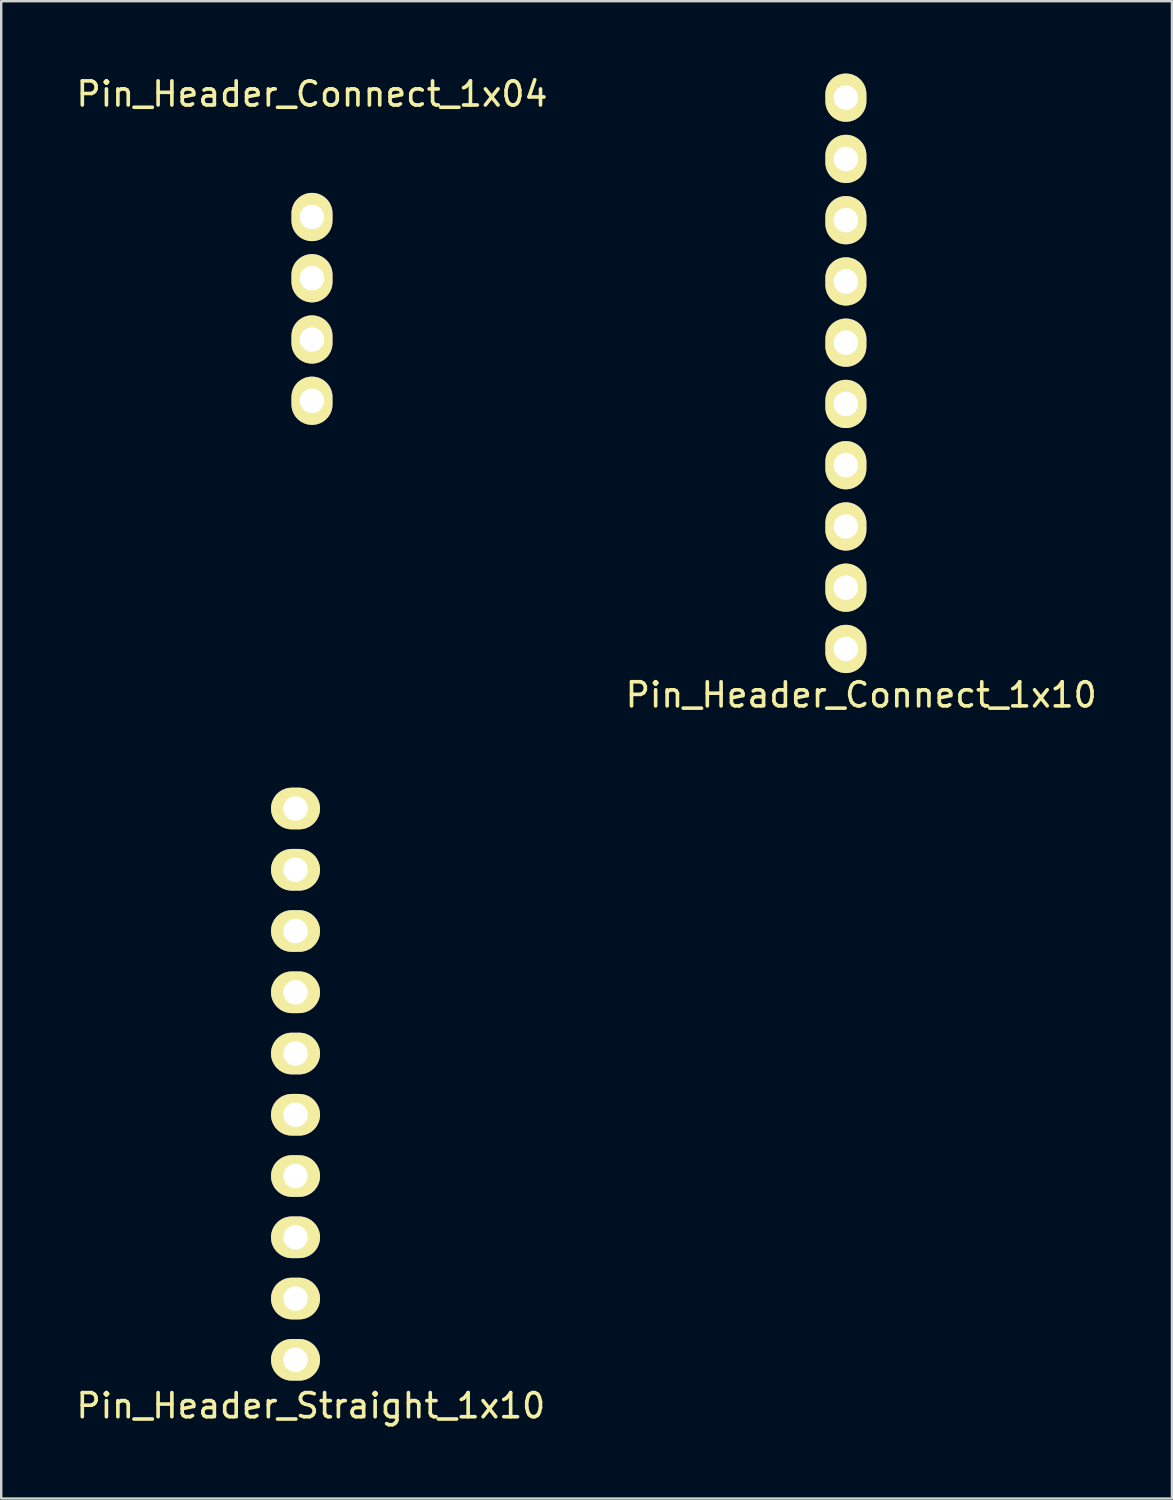
<source format=kicad_pcb>
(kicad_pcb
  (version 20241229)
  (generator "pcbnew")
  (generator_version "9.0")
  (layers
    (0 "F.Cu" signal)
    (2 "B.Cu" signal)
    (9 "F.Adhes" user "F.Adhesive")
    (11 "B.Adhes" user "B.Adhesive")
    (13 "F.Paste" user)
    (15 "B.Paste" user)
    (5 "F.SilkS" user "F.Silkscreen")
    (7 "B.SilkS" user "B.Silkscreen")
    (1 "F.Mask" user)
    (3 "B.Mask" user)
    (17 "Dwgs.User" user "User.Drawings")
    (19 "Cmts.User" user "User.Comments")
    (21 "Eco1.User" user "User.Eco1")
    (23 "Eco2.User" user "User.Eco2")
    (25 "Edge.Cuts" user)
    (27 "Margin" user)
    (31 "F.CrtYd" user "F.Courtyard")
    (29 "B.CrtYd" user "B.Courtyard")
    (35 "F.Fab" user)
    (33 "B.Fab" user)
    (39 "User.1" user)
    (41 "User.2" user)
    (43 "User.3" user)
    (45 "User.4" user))
  (footprint "Pin_Header_Straight_1x10"
    (layer "F.Cu")
    (at 9.204 30.477)
    (property "Reference" "Pin_Header_Straight_1x10" (at 0.635 24.765 0) (layer "F.SilkS") (effects (font (size 1 1) (thickness 0.15))))
    (attr through_hole)
    (pad "1" thru_hole oval (at 0 0) (size 2.032 1.727) (drill 1.016) (layers "*.Cu" "*.Mask" "F.SilkS"))
    (pad "2" thru_hole oval (at 0 2.54) (size 2.032 1.727) (drill 1.016) (layers "*.Cu" "*.Mask" "F.SilkS"))
    (pad "3" thru_hole oval (at 0 5.08) (size 2.032 1.727) (drill 1.016) (layers "*.Cu" "*.Mask" "F.SilkS"))
    (pad "4" thru_hole oval (at 0 7.62) (size 2.032 1.727) (drill 1.016) (layers "*.Cu" "*.Mask" "F.SilkS"))
    (pad "5" thru_hole oval (at 0 10.16) (size 2.032 1.727) (drill 1.016) (layers "*.Cu" "*.Mask" "F.SilkS"))
    (pad "6" thru_hole oval (at 0 12.7) (size 2.032 1.727) (drill 1.016) (layers "*.Cu" "*.Mask" "F.SilkS"))
    (pad "7" thru_hole oval (at 0 15.24) (size 2.032 1.727) (drill 1.016) (layers "*.Cu" "*.Mask" "F.SilkS"))
    (pad "8" thru_hole oval (at 0 17.78) (size 2.032 1.727) (drill 1.016) (layers "*.Cu" "*.Mask" "F.SilkS"))
    (pad "9" thru_hole oval (at 0 20.32) (size 2.032 1.727) (drill 1.016) (layers "*.Cu" "*.Mask" "F.SilkS"))
    (pad "10" thru_hole oval (at 0 22.86) (size 2.032 1.727) (drill 1.016) (layers "*.Cu" "*.Mask" "F.SilkS")))
  (footprint "Pin_Header_Connect_1x04"
    (layer "F.Cu")
    (at 9.887 5.948)
    (property "Reference" "Pin_Header_Connect_1x04" (at 0 -5.1 0) (layer "F.SilkS") (effects (font (size 1 1) (thickness 0.15))))
    (attr through_hole)
    (pad "1" thru_hole oval (at 0 0) (size 1.7 2) (drill 1.016) (layers "*.Cu" "*.Mask" "F.SilkS"))
    (pad "2" thru_hole oval (at 0 2.54) (size 1.7 2) (drill 1.016) (layers "*.Cu" "*.Mask" "F.SilkS"))
    (pad "3" thru_hole oval (at 0 5.08) (size 1.7 2) (drill 1.016) (layers "*.Cu" "*.Mask" "F.SilkS"))
    (pad "4" thru_hole oval (at 0 7.62) (size 1.7 2) (drill 1.016) (layers "*.Cu" "*.Mask" "F.SilkS")))
  (footprint "Pin_Header_Connect_1x10"
    (layer "F.Cu")
    (at 32.026 1)
    (property "Reference" "Pin_Header_Connect_1x10" (at 0.635 24.765 0) (layer "F.SilkS") (effects (font (size 1 1) (thickness 0.15))))
    (attr through_hole)
    (pad "1" thru_hole oval (at 0 0) (size 1.7 2) (drill 1.016) (layers "*.Cu" "*.Mask" "F.SilkS"))
    (pad "2" thru_hole oval (at 0 2.54) (size 1.7 2) (drill 1.016) (layers "*.Cu" "*.Mask" "F.SilkS"))
    (pad "3" thru_hole oval (at 0 5.08) (size 1.7 2) (drill 1.016) (layers "*.Cu" "*.Mask" "F.SilkS"))
    (pad "4" thru_hole oval (at 0 7.62) (size 1.7 2) (drill 1.016) (layers "*.Cu" "*.Mask" "F.SilkS"))
    (pad "5" thru_hole oval (at 0 10.16) (size 1.7 2) (drill 1.016) (layers "*.Cu" "*.Mask" "F.SilkS"))
    (pad "6" thru_hole oval (at 0 12.7) (size 1.7 2) (drill 1.016) (layers "*.Cu" "*.Mask" "F.SilkS"))
    (pad "7" thru_hole oval (at 0 15.24) (size 1.7 2) (drill 1.016) (layers "*.Cu" "*.Mask" "F.SilkS"))
    (pad "8" thru_hole oval (at 0 17.78) (size 1.7 2) (drill 1.016) (layers "*.Cu" "*.Mask" "F.SilkS"))
    (pad "9" thru_hole oval (at 0 20.32) (size 1.7 2) (drill 1.016) (layers "*.Cu" "*.Mask" "F.SilkS"))
    (pad "10" thru_hole oval (at 0 22.86) (size 1.7 2) (drill 1.016) (layers "*.Cu" "*.Mask" "F.SilkS")))
  (gr_rect
    (start -3 -3)
    (end 45.548 59.09)
    (stroke (width 0.1) (type default))
    (fill no)
    (layer "Edge.Cuts")))
</source>
